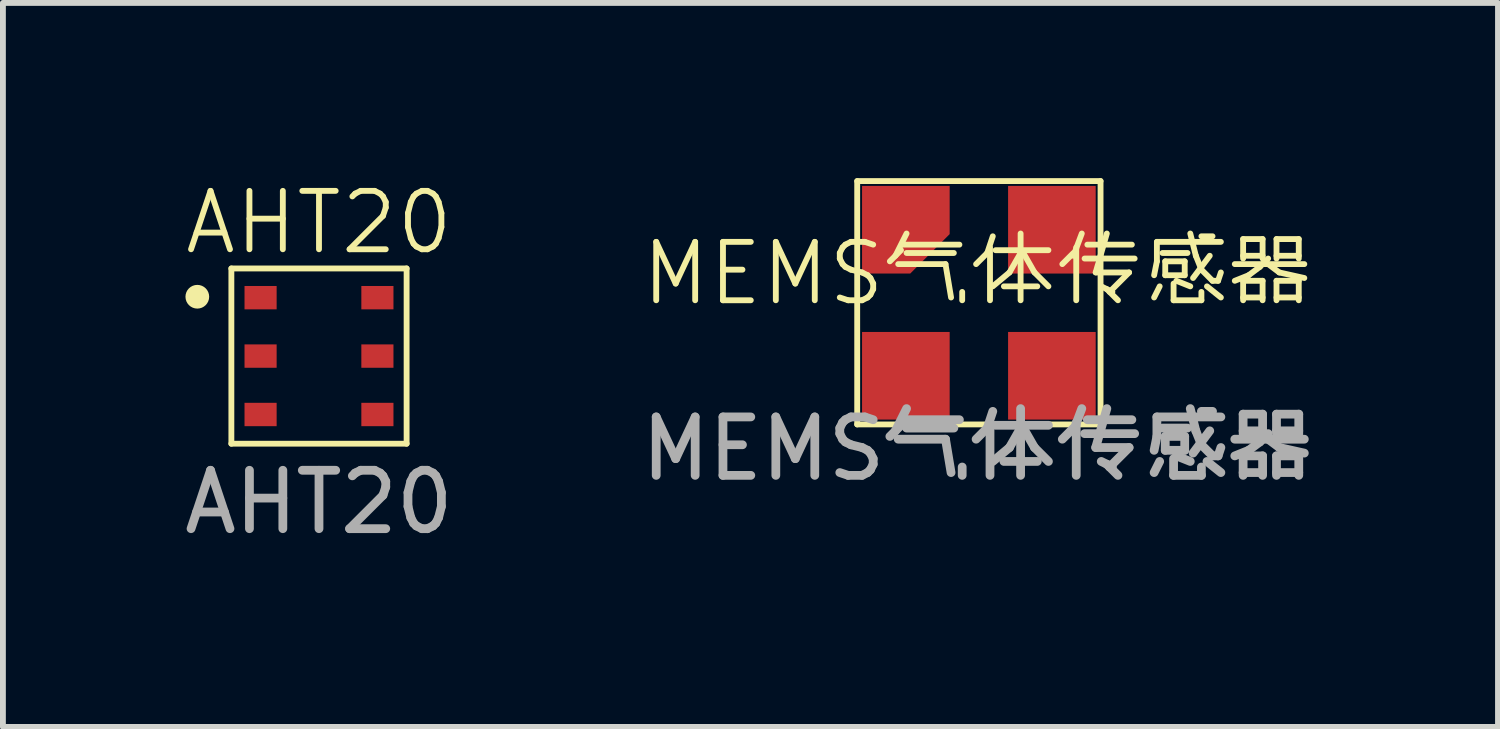
<source format=kicad_pcb>
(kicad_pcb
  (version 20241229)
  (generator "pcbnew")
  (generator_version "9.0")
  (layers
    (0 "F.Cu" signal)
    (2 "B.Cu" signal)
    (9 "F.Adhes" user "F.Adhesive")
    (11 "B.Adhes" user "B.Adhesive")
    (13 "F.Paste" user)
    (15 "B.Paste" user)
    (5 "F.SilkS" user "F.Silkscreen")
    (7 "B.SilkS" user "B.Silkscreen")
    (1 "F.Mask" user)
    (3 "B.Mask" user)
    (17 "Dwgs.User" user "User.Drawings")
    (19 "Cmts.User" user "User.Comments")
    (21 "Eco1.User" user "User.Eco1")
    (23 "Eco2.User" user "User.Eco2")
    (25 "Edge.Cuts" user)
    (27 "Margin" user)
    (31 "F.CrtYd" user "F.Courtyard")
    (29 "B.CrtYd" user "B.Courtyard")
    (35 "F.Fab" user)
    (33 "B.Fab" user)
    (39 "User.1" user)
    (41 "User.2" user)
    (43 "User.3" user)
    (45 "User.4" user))
  (footprint "AHT20"
    (layer "F.Cu")
    (at 2.411 3.046)
    (property "Reference" "AHT20" (at 0 -2.286 0) (unlocked yes) (layer "F.SilkS") (effects (font (size 1 1) (thickness 0.1))))
    (attr smd)
    (fp_line (start -1.5 -1.5) (end 1.5 -1.5) (stroke (width 0.1) (type default)) (layer "F.SilkS"))
    (fp_line (start -1.5 1.5) (end -1.5 -1.5) (stroke (width 0.1) (type default)) (layer "F.SilkS"))
    (fp_line (start -1.5 1.5) (end 1.5 1.5) (stroke (width 0.1) (type default)) (layer "F.SilkS"))
    (fp_line (start 1.5 1.5) (end 1.5 -1.5) (stroke (width 0.1) (type default)) (layer "F.SilkS"))
    (fp_circle (center -2.083 -1.016) (end -1.93 -1.016) (stroke (width 0.1) (type solid)) (fill yes) (layer "F.SilkS"))
    (fp_text user "${REFERENCE}" (at 0 2.5 0) (unlocked yes) (layer "F.Fab") (effects (font (size 1 1) (thickness 0.15))))
    (pad "1" smd rect (at -1 -1) (size 0.55 0.4) (layers "F.Cu" "F.Mask" "F.Paste"))
    (pad "2" smd rect (at -1 0) (size 0.55 0.4) (layers "F.Cu" "F.Mask" "F.Paste"))
    (pad "3" smd rect (at -1 1) (size 0.55 0.4) (layers "F.Cu" "F.Mask" "F.Paste"))
    (pad "4" smd rect (at 1 1) (size 0.55 0.4) (layers "F.Cu" "F.Mask" "F.Paste"))
    (pad "5" smd rect (at 1 0) (size 0.55 0.4) (layers "F.Cu" "F.Mask" "F.Paste"))
    (pad "6" smd rect (at 1 -1) (size 0.55 0.4) (layers "F.Cu" "F.Mask" "F.Paste")))
  (footprint "MEMS气体传感器"
    (layer "F.Cu")
    (at 13.708 2.133)
    (property "Reference" "MEMS气体传感器" (at 0 -0.5 0) (unlocked yes) (layer "F.SilkS") (effects (font (size 1 1) (thickness 0.1))))
    (attr smd)
    (fp_line (start -2.083 -2.083) (end 2.083 -2.083) (stroke (width 0.1) (type default)) (layer "F.SilkS"))
    (fp_line (start -2.083 2.083) (end -2.083 -2.083) (stroke (width 0.1) (type default)) (layer "F.SilkS"))
    (fp_line (start 2.083 -2.083) (end 2.083 2.083) (stroke (width 0.1) (type default)) (layer "F.SilkS"))
    (fp_line (start 2.083 2.083) (end -2.083 2.083) (stroke (width 0.1) (type default)) (layer "F.SilkS"))
    (fp_text user "${REFERENCE}" (at 0 2.5 0) (unlocked yes) (layer "F.Fab") (effects (font (size 1 1) (thickness 0.15))))
    (pad "1" smd roundrect (at -1.25 -1.25 180) (size 1.5 1.5) (layers "F.Cu" "F.Mask" "F.Paste") (roundrect_rratio 0) (chamfer_ratio 0.45) (chamfer top_left))
    (pad "2" smd rect (at -1.25 1.25 180) (size 1.5 1.5) (layers "F.Cu" "F.Mask" "F.Paste"))
    (pad "3" smd rect (at 1.25 1.25 180) (size 1.5 1.5) (layers "F.Cu" "F.Mask" "F.Paste"))
    (pad "4" smd rect (at 1.25 -1.25 180) (size 1.5 1.5) (layers "F.Cu" "F.Mask" "F.Paste")))
  (gr_rect
    (start -3 -3)
    (end 22.595 9.395)
    (stroke (width 0.1) (type default))
    (fill no)
    (layer "Edge.Cuts")))
</source>
